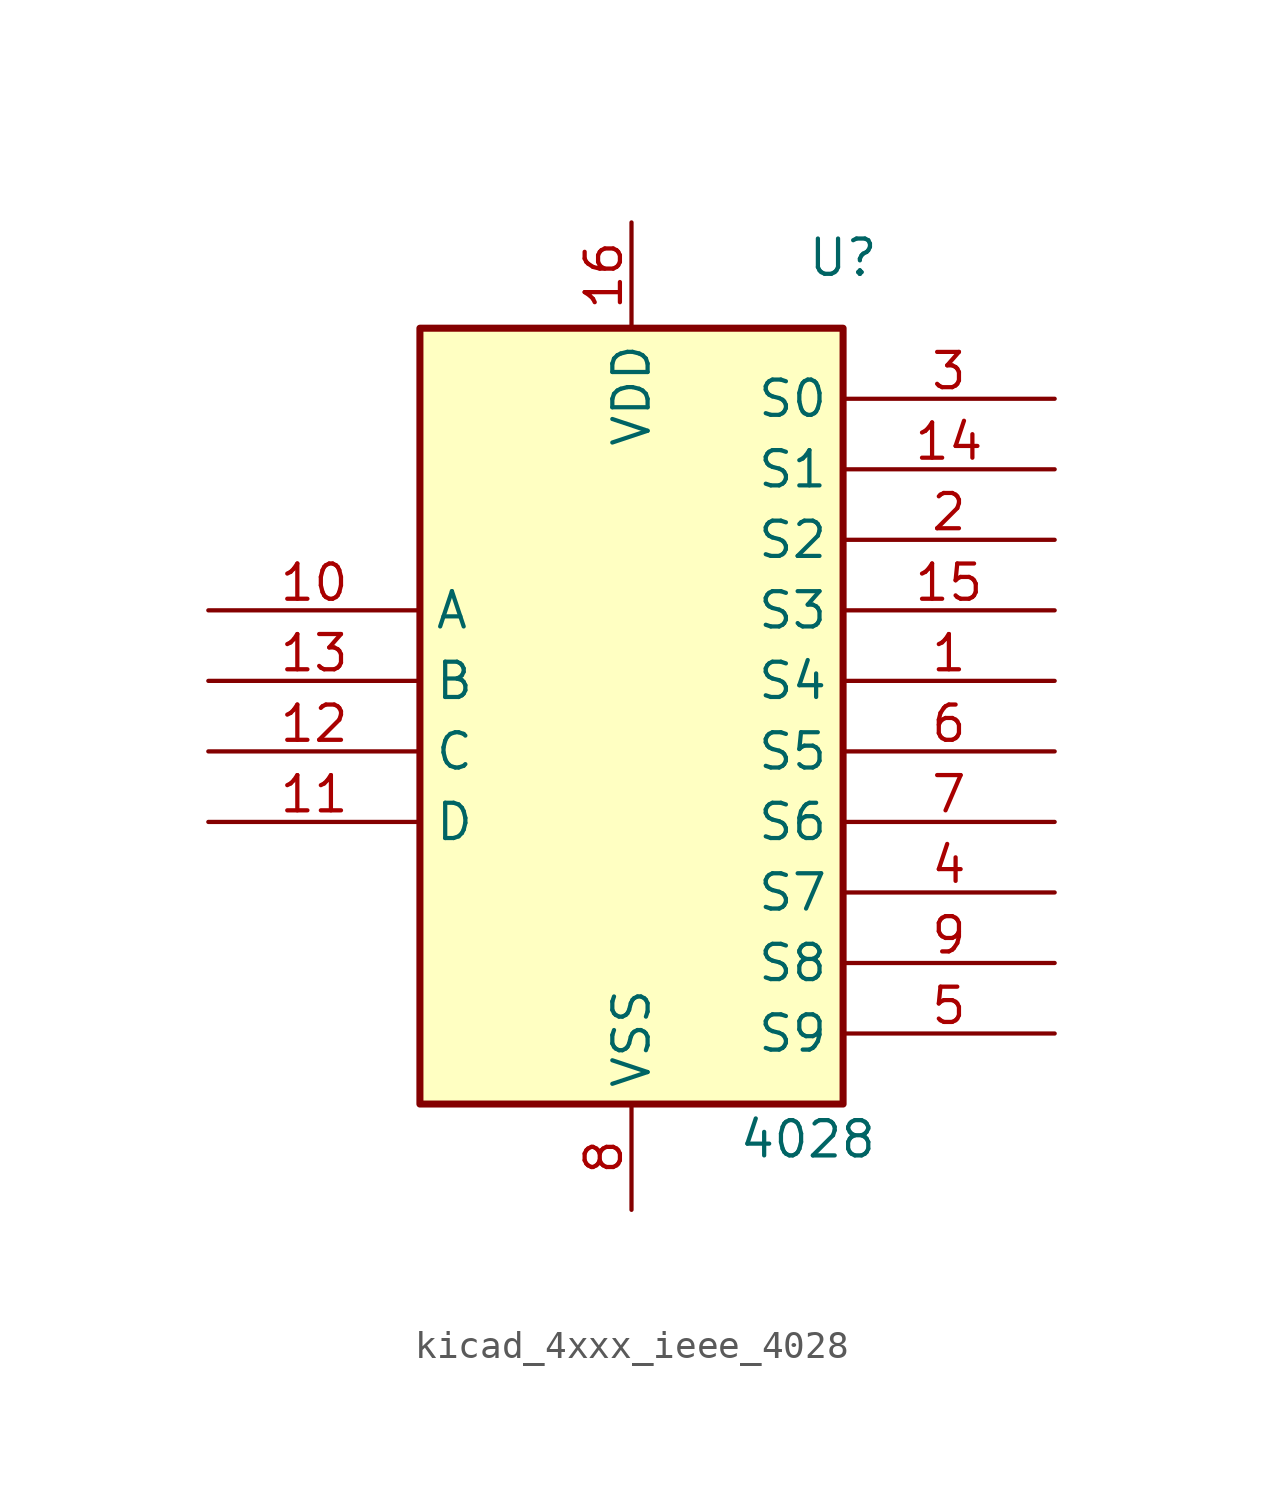
<source format=kicad_sym>
(kicad_symbol_lib
  (version 20220914)
  (generator kicad_symbol_editor)
  (symbol "kicad_4xxx_ieee_4028"
    (property "Reference" "U"
      (at 7.62 16.51 0)
      (effects (font (size 1.27 1.27))))
    (property "Value" "4028"
      (at 6.35 -15.24 0)
      (effects (font (size 1.27 1.27))))
    (symbol "kicad_4xxx_ieee_4028_0_0"
      (pin power_in line (at 0 17.78 270) (length 3.81) (name "VDD" (effects (font (size 1.27 1.27)))) (number "16" (effects (font (size 1.27 1.27))))))
    (symbol "kicad_4xxx_ieee_4028_0_1"
      (rectangle (start -7.62 13.97) (end 7.62 -13.97) (stroke (width 0.254) (type default)) (fill (type background)))
      (pin power_in line (at 0 -17.78 90) (length 3.81) (name "VSS" (effects (font (size 1.27 1.27)))) (number "8" (effects (font (size 1.27 1.27))))))
    (symbol "kicad_4xxx_ieee_4028_1_1"
      (pin output line (at 15.24 1.27 180) (length 7.62) (name "S4" (effects (font (size 1.27 1.27)))) (number "1" (effects (font (size 1.27 1.27)))))
      (pin input line (at -15.24 3.81 0) (length 7.62) (name "A" (effects (font (size 1.27 1.27)))) (number "10" (effects (font (size 1.27 1.27)))))
      (pin input line (at -15.24 -3.81 0) (length 7.62) (name "D" (effects (font (size 1.27 1.27)))) (number "11" (effects (font (size 1.27 1.27)))))
      (pin input line (at -15.24 -1.27 0) (length 7.62) (name "C" (effects (font (size 1.27 1.27)))) (number "12" (effects (font (size 1.27 1.27)))))
      (pin input line (at -15.24 1.27 0) (length 7.62) (name "B" (effects (font (size 1.27 1.27)))) (number "13" (effects (font (size 1.27 1.27)))))
      (pin output line (at 15.24 8.89 180) (length 7.62) (name "S1" (effects (font (size 1.27 1.27)))) (number "14" (effects (font (size 1.27 1.27)))))
      (pin output line (at 15.24 3.81 180) (length 7.62) (name "S3" (effects (font (size 1.27 1.27)))) (number "15" (effects (font (size 1.27 1.27)))))
      (pin output line (at 15.24 6.35 180) (length 7.62) (name "S2" (effects (font (size 1.27 1.27)))) (number "2" (effects (font (size 1.27 1.27)))))
      (pin output line (at 15.24 11.43 180) (length 7.62) (name "S0" (effects (font (size 1.27 1.27)))) (number "3" (effects (font (size 1.27 1.27)))))
      (pin output line (at 15.24 -6.35 180) (length 7.62) (name "S7" (effects (font (size 1.27 1.27)))) (number "4" (effects (font (size 1.27 1.27)))))
      (pin output line (at 15.24 -11.43 180) (length 7.62) (name "S9" (effects (font (size 1.27 1.27)))) (number "5" (effects (font (size 1.27 1.27)))))
      (pin output line (at 15.24 -1.27 180) (length 7.62) (name "S5" (effects (font (size 1.27 1.27)))) (number "6" (effects (font (size 1.27 1.27)))))
      (pin output line (at 15.24 -3.81 180) (length 7.62) (name "S6" (effects (font (size 1.27 1.27)))) (number "7" (effects (font (size 1.27 1.27)))))
      (pin output line (at 15.24 -8.89 180) (length 7.62) (name "S8" (effects (font (size 1.27 1.27)))) (number "9" (effects (font (size 1.27 1.27))))))))
</source>
